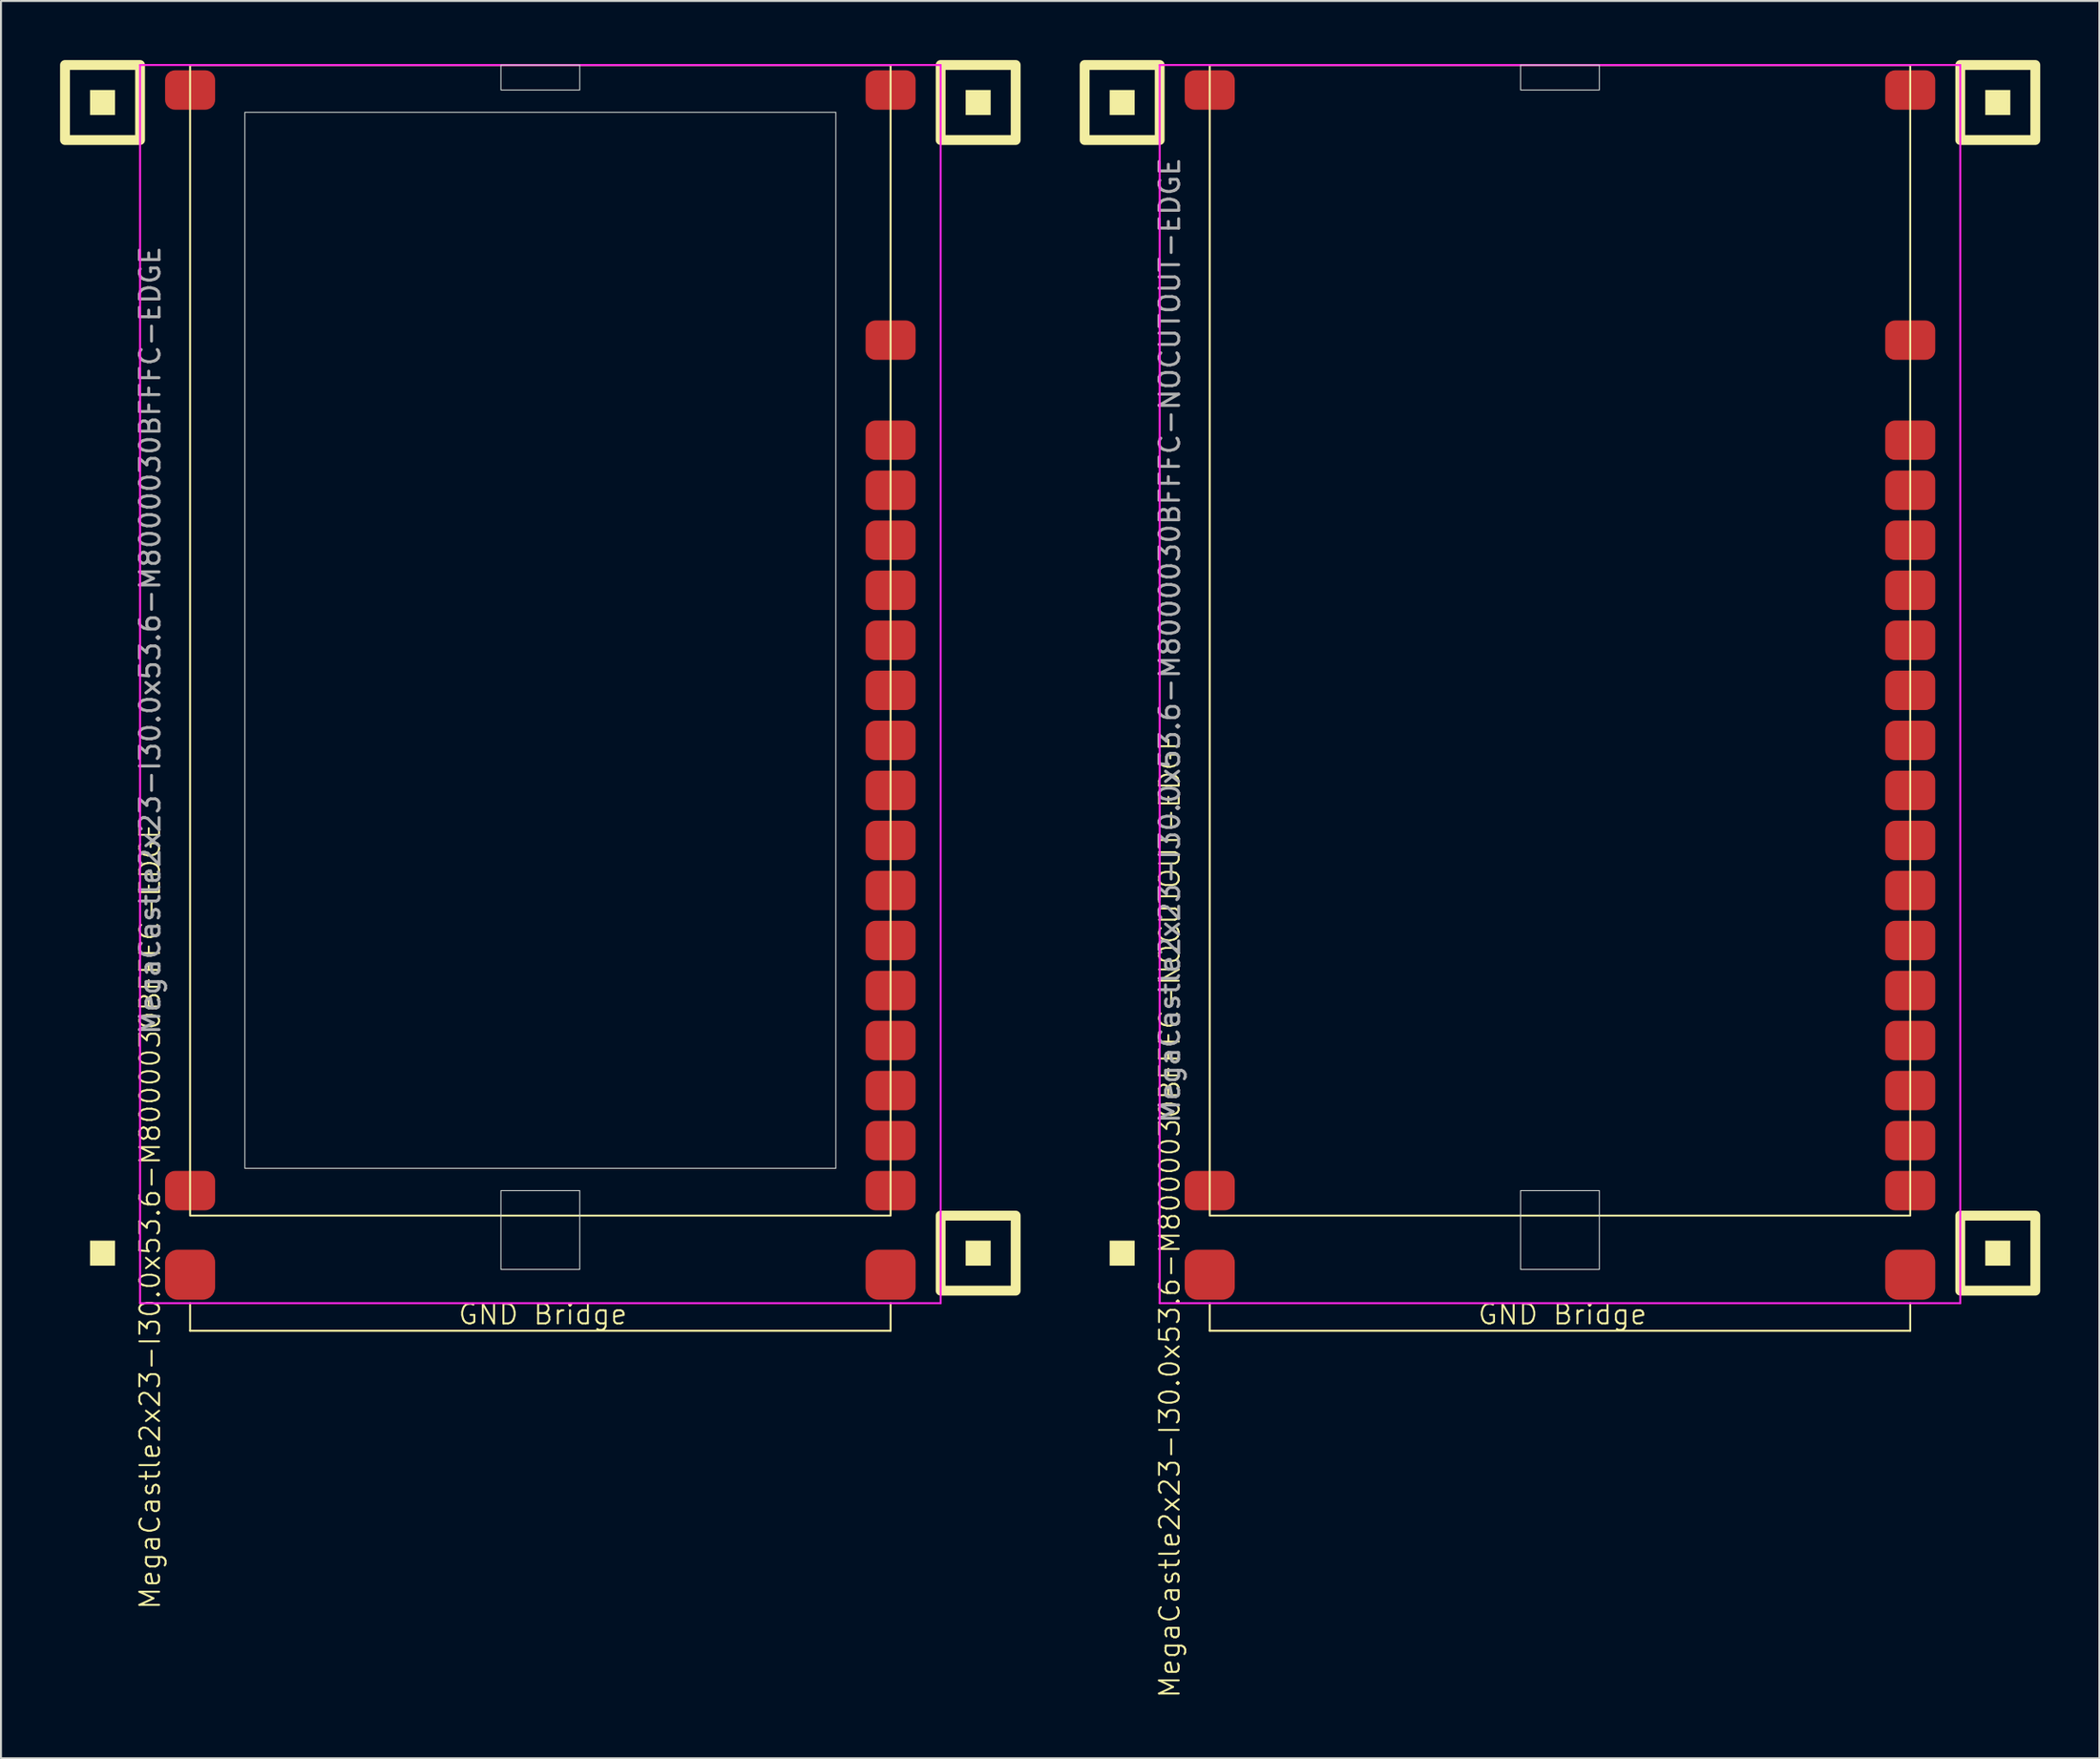
<source format=kicad_pcb>
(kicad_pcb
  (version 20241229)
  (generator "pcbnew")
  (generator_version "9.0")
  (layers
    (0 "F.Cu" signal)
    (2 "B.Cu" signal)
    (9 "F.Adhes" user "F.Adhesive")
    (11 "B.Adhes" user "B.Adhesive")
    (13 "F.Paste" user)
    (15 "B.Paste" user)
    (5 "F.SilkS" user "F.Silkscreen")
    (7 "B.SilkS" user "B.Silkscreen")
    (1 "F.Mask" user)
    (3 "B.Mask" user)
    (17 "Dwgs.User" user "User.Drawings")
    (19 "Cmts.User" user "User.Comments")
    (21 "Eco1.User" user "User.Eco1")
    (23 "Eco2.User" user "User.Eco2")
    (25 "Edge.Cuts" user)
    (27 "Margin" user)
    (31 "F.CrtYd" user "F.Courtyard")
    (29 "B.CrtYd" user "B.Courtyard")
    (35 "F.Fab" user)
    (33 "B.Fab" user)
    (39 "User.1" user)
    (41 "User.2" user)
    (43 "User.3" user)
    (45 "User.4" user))
  (footprint "MegaCastle2x23-I30.0x53.6-M8000030BFFFC-NOCUTOUT-EDGE"
    (layer "F.Cu")
    (at 76.14 29.46)
    (property "Reference" "MegaCastle2x23-I30.0x53.6-M8000030BFFFC-NOCUTOUT-EDGE" (at -19.812 29.21 90) (unlocked yes) (layer "F.SilkS") (effects (font (size 1 1) (thickness 0.1))))
    (attr smd)
    (fp_line (start -17.78 33.655) (end -17.78 35.055) (stroke (width 0.1) (type default)) (layer "F.SilkS"))
    (fp_line (start -17.78 35.055) (end 17.78 35.055) (stroke (width 0.1) (type default)) (layer "F.SilkS"))
    (fp_line (start 17.78 33.655) (end 17.78 35.055) (stroke (width 0.1) (type default)) (layer "F.SilkS"))
    (fp_rect (start -21.59 -26.67) (end -22.86 -27.94) (stroke (width 0) (type solid)) (fill yes) (layer "F.SilkS"))
    (fp_rect (start -21.59 31.75) (end -22.86 30.48) (stroke (width 0) (type solid)) (fill yes) (layer "F.SilkS"))
    (fp_rect (start -20.32 -25.4) (end -24.13 -29.21) (stroke (width 0.5) (type default)) (fill no) (layer "F.SilkS"))
    (fp_rect (start -17.78 -29.21) (end 17.78 29.21) (stroke (width 0.1) (type default)) (fill no) (layer "F.SilkS"))
    (fp_rect (start 22.86 -26.67) (end 21.59 -27.94) (stroke (width 0) (type solid)) (fill yes) (layer "F.SilkS"))
    (fp_rect (start 22.86 31.75) (end 21.59 30.48) (stroke (width 0) (type solid)) (fill yes) (layer "F.SilkS"))
    (fp_rect (start 24.13 -25.4) (end 20.32 -29.21) (stroke (width 0.5) (type default)) (fill no) (layer "F.SilkS"))
    (fp_rect (start 24.13 33.02) (end 20.32 29.21) (stroke (width 0.5) (type default)) (fill no) (layer "F.SilkS"))
    (fp_rect (start -2 -27.94) (end 2 -29.21) (stroke (width 0.05) (type default)) (fill no) (layer "Edge.Cuts"))
    (fp_rect (start -2 27.94) (end 2 31.94) (stroke (width 0.05) (type default)) (fill no) (layer "Edge.Cuts"))
    (fp_line (start -20.32 -29.21) (end -20.32 33.655) (stroke (width 0.1) (type default)) (layer "F.CrtYd"))
    (fp_line (start -20.32 33.655) (end 20.32 33.655) (stroke (width 0.1) (type default)) (layer "F.CrtYd"))
    (fp_line (start 20.32 -29.21) (end -20.32 -29.21) (stroke (width 0.1) (type default)) (layer "F.CrtYd"))
    (fp_line (start 20.32 -29.21) (end 20.32 33.655) (stroke (width 0.1) (type default)) (layer "F.CrtYd"))
    (fp_text user "GND Bridge" (at -4.226 34.81 0) (unlocked yes) (layer "F.SilkS") (effects (font (size 1 1) (thickness 0.1)) (justify left bottom)))
    (fp_text user "${REFERENCE}" (at -19.812 0 90) (unlocked yes) (layer "F.Fab") (effects (font (size 1 1) (thickness 0.15))))
    (pad "1" smd roundrect (at -17.78 -27.94) (size 2.54 2) (layers "F.Cu" "F.Mask" "F.Paste") (roundrect_rratio 0.25))
    (pad "23" smd roundrect (at -17.78 27.94) (size 2.54 2) (layers "F.Cu" "F.Mask" "F.Paste") (roundrect_rratio 0.25))
    (pad "24" smd roundrect (at 17.78 -27.94) (size 2.54 2) (layers "F.Cu" "F.Mask" "F.Paste") (roundrect_rratio 0.25))
    (pad "29" smd roundrect (at 17.78 -15.24) (size 2.54 2) (layers "F.Cu" "F.Mask" "F.Paste") (roundrect_rratio 0.25))
    (pad "31" smd roundrect (at 17.78 -10.16) (size 2.54 2) (layers "F.Cu" "F.Mask" "F.Paste") (roundrect_rratio 0.25))
    (pad "32" smd roundrect (at 17.78 -7.62) (size 2.54 2) (layers "F.Cu" "F.Mask" "F.Paste") (roundrect_rratio 0.25))
    (pad "33" smd roundrect (at 17.78 -5.08) (size 2.54 2) (layers "F.Cu" "F.Mask" "F.Paste") (roundrect_rratio 0.25))
    (pad "34" smd roundrect (at 17.78 -2.54) (size 2.54 2) (layers "F.Cu" "F.Mask" "F.Paste") (roundrect_rratio 0.25))
    (pad "35" smd roundrect (at 17.78 0) (size 2.54 2) (layers "F.Cu" "F.Mask" "F.Paste") (roundrect_rratio 0.25))
    (pad "36" smd roundrect (at 17.78 2.54) (size 2.54 2) (layers "F.Cu" "F.Mask" "F.Paste") (roundrect_rratio 0.25))
    (pad "37" smd roundrect (at 17.78 5.08) (size 2.54 2) (layers "F.Cu" "F.Mask" "F.Paste") (roundrect_rratio 0.25))
    (pad "38" smd roundrect (at 17.78 7.62) (size 2.54 2) (layers "F.Cu" "F.Mask" "F.Paste") (roundrect_rratio 0.25))
    (pad "39" smd roundrect (at 17.78 10.16) (size 2.54 2) (layers "F.Cu" "F.Mask" "F.Paste") (roundrect_rratio 0.25))
    (pad "40" smd roundrect (at 17.78 12.7) (size 2.54 2) (layers "F.Cu" "F.Mask" "F.Paste") (roundrect_rratio 0.25))
    (pad "41" smd roundrect (at 17.78 15.24) (size 2.54 2) (layers "F.Cu" "F.Mask" "F.Paste") (roundrect_rratio 0.25))
    (pad "42" smd roundrect (at 17.78 17.78) (size 2.54 2) (layers "F.Cu" "F.Mask" "F.Paste") (roundrect_rratio 0.25))
    (pad "43" smd roundrect (at 17.78 20.32) (size 2.54 2) (layers "F.Cu" "F.Mask" "F.Paste") (roundrect_rratio 0.25))
    (pad "44" smd roundrect (at 17.78 22.86) (size 2.54 2) (layers "F.Cu" "F.Mask" "F.Paste") (roundrect_rratio 0.25))
    (pad "45" smd roundrect (at 17.78 25.4) (size 2.54 2) (layers "F.Cu" "F.Mask" "F.Paste") (roundrect_rratio 0.25))
    (pad "46" smd roundrect (at 17.78 27.94) (size 2.54 2) (layers "F.Cu" "F.Mask" "F.Paste") (roundrect_rratio 0.25))
    (pad "B1" smd roundrect (at -17.78 32.21) (size 2.54 2.54) (layers "F.Cu" "F.Mask" "F.Paste") (roundrect_rratio 0.25))
    (pad "B2" smd roundrect (at 17.78 32.21) (size 2.54 2.54) (layers "F.Cu" "F.Mask" "F.Paste") (roundrect_rratio 0.25)))
  (footprint "MegaCastle2x23-I30.0x53.6-M8000030BFFFC-EDGE"
    (layer "F.Cu")
    (at 24.38 29.46)
    (property "Reference" "MegaCastle2x23-I30.0x53.6-M8000030BFFFC-EDGE" (at -19.812 29.21 90) (unlocked yes) (layer "F.SilkS") (effects (font (size 1 1) (thickness 0.1))))
    (attr smd)
    (fp_line (start -17.78 33.655) (end -17.78 35.055) (stroke (width 0.1) (type default)) (layer "F.SilkS"))
    (fp_line (start -17.78 35.055) (end 17.78 35.055) (stroke (width 0.1) (type default)) (layer "F.SilkS"))
    (fp_line (start 17.78 33.655) (end 17.78 35.055) (stroke (width 0.1) (type default)) (layer "F.SilkS"))
    (fp_rect (start -21.59 -26.67) (end -22.86 -27.94) (stroke (width 0) (type solid)) (fill yes) (layer "F.SilkS"))
    (fp_rect (start -21.59 31.75) (end -22.86 30.48) (stroke (width 0) (type solid)) (fill yes) (layer "F.SilkS"))
    (fp_rect (start -20.32 -25.4) (end -24.13 -29.21) (stroke (width 0.5) (type default)) (fill no) (layer "F.SilkS"))
    (fp_rect (start -17.78 -29.21) (end 17.78 29.21) (stroke (width 0.1) (type default)) (fill no) (layer "F.SilkS"))
    (fp_rect (start 22.86 -26.67) (end 21.59 -27.94) (stroke (width 0) (type solid)) (fill yes) (layer "F.SilkS"))
    (fp_rect (start 22.86 31.75) (end 21.59 30.48) (stroke (width 0) (type solid)) (fill yes) (layer "F.SilkS"))
    (fp_rect (start 24.13 -25.4) (end 20.32 -29.21) (stroke (width 0.5) (type default)) (fill no) (layer "F.SilkS"))
    (fp_rect (start 24.13 33.02) (end 20.32 29.21) (stroke (width 0.5) (type default)) (fill no) (layer "F.SilkS"))
    (fp_rect (start -15 -26.81) (end 15 26.81) (stroke (width 0.05) (type default)) (fill no) (layer "Edge.Cuts"))
    (fp_rect (start -2 -27.94) (end 2 -29.21) (stroke (width 0.05) (type default)) (fill no) (layer "Edge.Cuts"))
    (fp_rect (start -2 27.94) (end 2 31.94) (stroke (width 0.05) (type default)) (fill no) (layer "Edge.Cuts"))
    (fp_line (start -20.32 -29.21) (end -20.32 33.655) (stroke (width 0.1) (type default)) (layer "F.CrtYd"))
    (fp_line (start -20.32 33.655) (end 20.32 33.655) (stroke (width 0.1) (type default)) (layer "F.CrtYd"))
    (fp_line (start 20.32 -29.21) (end -20.32 -29.21) (stroke (width 0.1) (type default)) (layer "F.CrtYd"))
    (fp_line (start 20.32 -29.21) (end 20.32 33.655) (stroke (width 0.1) (type default)) (layer "F.CrtYd"))
    (fp_text user "GND Bridge" (at -4.226 34.81 0) (unlocked yes) (layer "F.SilkS") (effects (font (size 1 1) (thickness 0.1)) (justify left bottom)))
    (fp_text user "${REFERENCE}" (at -19.812 0 90) (unlocked yes) (layer "F.Fab") (effects (font (size 1 1) (thickness 0.15))))
    (pad "1" smd roundrect (at -17.78 -27.94) (size 2.54 2) (layers "F.Cu" "F.Mask" "F.Paste") (roundrect_rratio 0.25))
    (pad "23" smd roundrect (at -17.78 27.94) (size 2.54 2) (layers "F.Cu" "F.Mask" "F.Paste") (roundrect_rratio 0.25))
    (pad "24" smd roundrect (at 17.78 -27.94) (size 2.54 2) (layers "F.Cu" "F.Mask" "F.Paste") (roundrect_rratio 0.25))
    (pad "29" smd roundrect (at 17.78 -15.24) (size 2.54 2) (layers "F.Cu" "F.Mask" "F.Paste") (roundrect_rratio 0.25))
    (pad "31" smd roundrect (at 17.78 -10.16) (size 2.54 2) (layers "F.Cu" "F.Mask" "F.Paste") (roundrect_rratio 0.25))
    (pad "32" smd roundrect (at 17.78 -7.62) (size 2.54 2) (layers "F.Cu" "F.Mask" "F.Paste") (roundrect_rratio 0.25))
    (pad "33" smd roundrect (at 17.78 -5.08) (size 2.54 2) (layers "F.Cu" "F.Mask" "F.Paste") (roundrect_rratio 0.25))
    (pad "34" smd roundrect (at 17.78 -2.54) (size 2.54 2) (layers "F.Cu" "F.Mask" "F.Paste") (roundrect_rratio 0.25))
    (pad "35" smd roundrect (at 17.78 0) (size 2.54 2) (layers "F.Cu" "F.Mask" "F.Paste") (roundrect_rratio 0.25))
    (pad "36" smd roundrect (at 17.78 2.54) (size 2.54 2) (layers "F.Cu" "F.Mask" "F.Paste") (roundrect_rratio 0.25))
    (pad "37" smd roundrect (at 17.78 5.08) (size 2.54 2) (layers "F.Cu" "F.Mask" "F.Paste") (roundrect_rratio 0.25))
    (pad "38" smd roundrect (at 17.78 7.62) (size 2.54 2) (layers "F.Cu" "F.Mask" "F.Paste") (roundrect_rratio 0.25))
    (pad "39" smd roundrect (at 17.78 10.16) (size 2.54 2) (layers "F.Cu" "F.Mask" "F.Paste") (roundrect_rratio 0.25))
    (pad "40" smd roundrect (at 17.78 12.7) (size 2.54 2) (layers "F.Cu" "F.Mask" "F.Paste") (roundrect_rratio 0.25))
    (pad "41" smd roundrect (at 17.78 15.24) (size 2.54 2) (layers "F.Cu" "F.Mask" "F.Paste") (roundrect_rratio 0.25))
    (pad "42" smd roundrect (at 17.78 17.78) (size 2.54 2) (layers "F.Cu" "F.Mask" "F.Paste") (roundrect_rratio 0.25))
    (pad "43" smd roundrect (at 17.78 20.32) (size 2.54 2) (layers "F.Cu" "F.Mask" "F.Paste") (roundrect_rratio 0.25))
    (pad "44" smd roundrect (at 17.78 22.86) (size 2.54 2) (layers "F.Cu" "F.Mask" "F.Paste") (roundrect_rratio 0.25))
    (pad "45" smd roundrect (at 17.78 25.4) (size 2.54 2) (layers "F.Cu" "F.Mask" "F.Paste") (roundrect_rratio 0.25))
    (pad "46" smd roundrect (at 17.78 27.94) (size 2.54 2) (layers "F.Cu" "F.Mask" "F.Paste") (roundrect_rratio 0.25))
    (pad "B1" smd roundrect (at -17.78 32.21) (size 2.54 2.54) (layers "F.Cu" "F.Mask" "F.Paste") (roundrect_rratio 0.25))
    (pad "B2" smd roundrect (at 17.78 32.21) (size 2.54 2.54) (layers "F.Cu" "F.Mask" "F.Paste") (roundrect_rratio 0.25)))
  (gr_rect
    (start -3 -3)
    (end 103.52 86.22)
    (stroke (width 0.1) (type default))
    (fill no)
    (layer "Edge.Cuts")))
</source>
